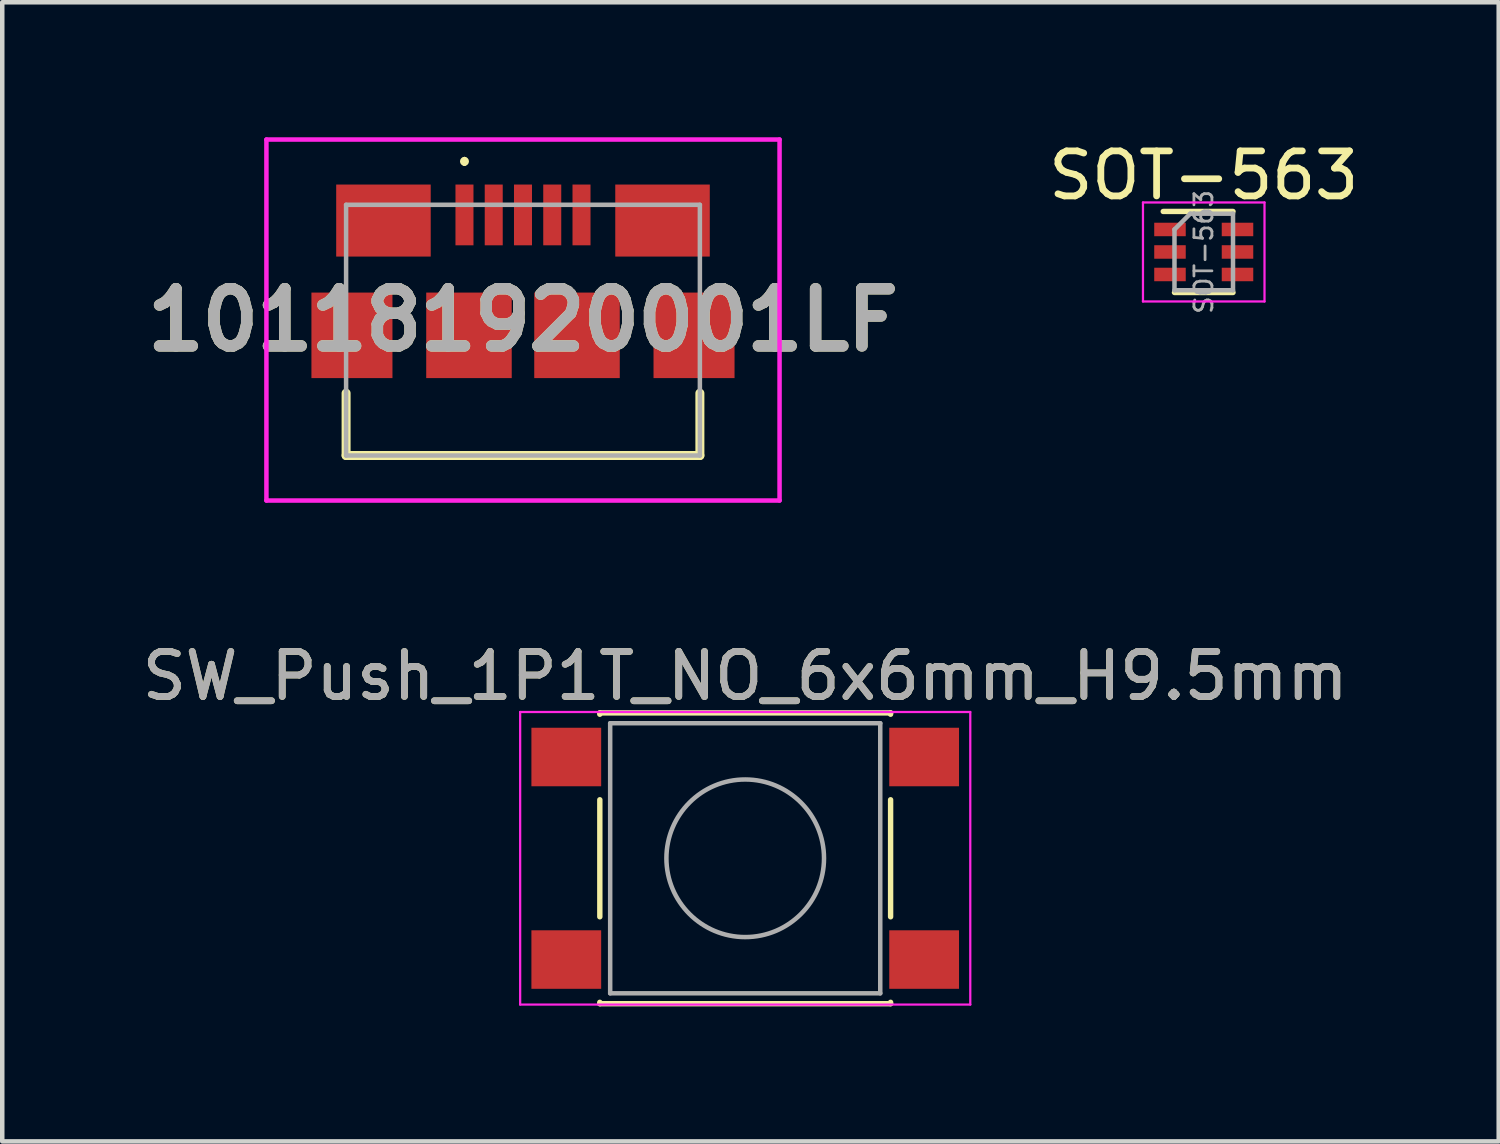
<source format=kicad_pcb>
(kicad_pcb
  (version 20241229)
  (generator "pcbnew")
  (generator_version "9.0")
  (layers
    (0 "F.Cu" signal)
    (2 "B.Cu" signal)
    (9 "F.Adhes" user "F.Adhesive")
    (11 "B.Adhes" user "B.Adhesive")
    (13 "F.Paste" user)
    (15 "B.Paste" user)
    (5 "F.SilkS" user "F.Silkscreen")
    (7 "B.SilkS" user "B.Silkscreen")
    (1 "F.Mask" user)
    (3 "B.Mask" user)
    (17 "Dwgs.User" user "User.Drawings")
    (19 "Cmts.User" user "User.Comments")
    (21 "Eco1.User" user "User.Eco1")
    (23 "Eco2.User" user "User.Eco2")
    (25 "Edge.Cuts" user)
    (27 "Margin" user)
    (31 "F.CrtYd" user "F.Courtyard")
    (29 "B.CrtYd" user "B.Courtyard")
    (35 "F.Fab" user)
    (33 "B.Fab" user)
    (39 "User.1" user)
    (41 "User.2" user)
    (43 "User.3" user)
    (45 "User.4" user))
  (footprint "SW_Push_1P1T_NO_6x6mm_H9.5mm"
    (layer "F.Cu")
    (at 13.506 16.018)
    (property "Reference" "SW_Push_1P1T_NO_6x6mm_H9.5mm" (at 0 -4.05 0) (layer "F.SilkS") (effects (font (size 1 1) (thickness 0.15))))
    (attr smd)
    (fp_line (start -3.23 -3.23) (end 3.23 -3.23) (stroke (width 0.12) (type solid)) (layer "F.SilkS"))
    (fp_line (start -3.23 -3.2) (end -3.23 -3.23) (stroke (width 0.12) (type solid)) (layer "F.SilkS"))
    (fp_line (start -3.23 -1.3) (end -3.23 1.3) (stroke (width 0.12) (type solid)) (layer "F.SilkS"))
    (fp_line (start -3.23 3.23) (end -3.23 3.2) (stroke (width 0.12) (type solid)) (layer "F.SilkS"))
    (fp_line (start -3.23 3.23) (end 3.23 3.23) (stroke (width 0.12) (type solid)) (layer "F.SilkS"))
    (fp_line (start 3.23 -3.23) (end 3.23 -3.2) (stroke (width 0.12) (type solid)) (layer "F.SilkS"))
    (fp_line (start 3.23 -1.3) (end 3.23 1.3) (stroke (width 0.12) (type solid)) (layer "F.SilkS"))
    (fp_line (start 3.23 3.23) (end 3.23 3.2) (stroke (width 0.12) (type solid)) (layer "F.SilkS"))
    (fp_line (start -5 -3.25) (end -5 3.25) (stroke (width 0.05) (type solid)) (layer "F.CrtYd"))
    (fp_line (start -5 -3.25) (end 5 -3.25) (stroke (width 0.05) (type solid)) (layer "F.CrtYd"))
    (fp_line (start -5 3.25) (end 5 3.25) (stroke (width 0.05) (type solid)) (layer "F.CrtYd"))
    (fp_line (start 5 3.25) (end 5 -3.25) (stroke (width 0.05) (type solid)) (layer "F.CrtYd"))
    (fp_line (start -3 -3) (end -3 3) (stroke (width 0.1) (type solid)) (layer "F.Fab"))
    (fp_line (start -3 3) (end 3 3) (stroke (width 0.1) (type solid)) (layer "F.Fab"))
    (fp_line (start 3 -3) (end -3 -3) (stroke (width 0.1) (type solid)) (layer "F.Fab"))
    (fp_line (start 3 3) (end 3 -3) (stroke (width 0.1) (type solid)) (layer "F.Fab"))
    (fp_circle (center 0 0) (end 1.75 -0.05) (stroke (width 0.1) (type solid)) (fill no) (layer "F.Fab"))
    (fp_text user "${REFERENCE}" (at 0 -4.05 0) (layer "F.Fab") (effects (font (size 1 1) (thickness 0.15))))
    (pad "1" smd rect (at -3.975 -2.25) (size 1.55 1.3) (layers "F.Cu" "F.Mask" "F.Paste"))
    (pad "2" smd rect (at 3.975 -2.25) (size 1.55 1.3) (layers "F.Cu" "F.Mask" "F.Paste"))
    (pad "3" smd rect (at -3.975 2.25) (size 1.55 1.3) (layers "F.Cu" "F.Mask" "F.Paste"))
    (pad "4" smd rect (at 3.975 2.25) (size 1.55 1.3) (layers "F.Cu" "F.Mask" "F.Paste")))
  (footprint "SOT-563"
    (layer "F.Cu")
    (at 23.693 2.548)
    (property "Reference" "SOT-563" (at 0 -1.7 0) (layer "F.SilkS") (effects (font (size 1 1) (thickness 0.15))))
    (attr smd)
    (fp_line (start -0.9 -0.9) (end 0.65 -0.9) (stroke (width 0.12) (type solid)) (layer "F.SilkS"))
    (fp_line (start 0.65 0.9) (end -0.65 0.9) (stroke (width 0.12) (type solid)) (layer "F.SilkS"))
    (fp_line (start -1.35 -1.1) (end -1.35 1.1) (stroke (width 0.05) (type solid)) (layer "F.CrtYd"))
    (fp_line (start -1.35 -1.1) (end 1.35 -1.1) (stroke (width 0.05) (type solid)) (layer "F.CrtYd"))
    (fp_line (start 1.35 1.1) (end -1.35 1.1) (stroke (width 0.05) (type solid)) (layer "F.CrtYd"))
    (fp_line (start 1.35 1.1) (end 1.35 -1.1) (stroke (width 0.05) (type solid)) (layer "F.CrtYd"))
    (fp_line (start -0.65 -0.5) (end -0.65 0.85) (stroke (width 0.1) (type solid)) (layer "F.Fab"))
    (fp_line (start -0.65 -0.5) (end -0.3 -0.85) (stroke (width 0.1) (type solid)) (layer "F.Fab"))
    (fp_line (start -0.65 0.85) (end 0.65 0.85) (stroke (width 0.1) (type solid)) (layer "F.Fab"))
    (fp_line (start 0.65 -0.85) (end -0.3 -0.85) (stroke (width 0.1) (type solid)) (layer "F.Fab"))
    (fp_line (start 0.65 0.85) (end 0.65 -0.85) (stroke (width 0.1) (type solid)) (layer "F.Fab"))
    (fp_text user "${REFERENCE}" (at 0 0 90) (layer "F.Fab") (effects (font (size 0.4 0.4) (thickness 0.062))))
    (pad "1" smd rect (at -0.75 -0.5) (size 0.7 0.3) (layers "F.Cu" "F.Mask" "F.Paste"))
    (pad "2" smd rect (at -0.75 0) (size 0.7 0.3) (layers "F.Cu" "F.Mask" "F.Paste"))
    (pad "3" smd rect (at -0.75 0.5) (size 0.7 0.3) (layers "F.Cu" "F.Mask" "F.Paste"))
    (pad "4" smd rect (at 0.75 0.5) (size 0.7 0.3) (layers "F.Cu" "F.Mask" "F.Paste"))
    (pad "5" smd rect (at 0.75 0) (size 0.7 0.3) (layers "F.Cu" "F.Mask" "F.Paste"))
    (pad "6" smd rect (at 0.75 -0.5) (size 0.7 0.3) (layers "F.Cu" "F.Mask" "F.Paste")))
  (footprint "101181920001LF"
    (layer "F.Cu")
    (at 8.569 4.285)
    (property "Reference" "101181920001LF" (at 0 -0.225 0) (layer "F.SilkS") (effects (font (size 1.27 1.27) (thickness 0.254))))
    (attr smd)
    (fp_line (start -3.93 1.4) (end -3.93 2.785) (stroke (width 0.2) (type solid)) (layer "F.SilkS"))
    (fp_line (start -3.93 2.785) (end 3.93 2.785) (stroke (width 0.2) (type solid)) (layer "F.SilkS"))
    (fp_line (start -1.3 -3.8) (end -1.3 -3.8) (stroke (width 0.1) (type solid)) (layer "F.SilkS"))
    (fp_line (start -1.3 -3.7) (end -1.3 -3.7) (stroke (width 0.1) (type solid)) (layer "F.SilkS"))
    (fp_line (start 3.93 2.785) (end 3.93 1.4) (stroke (width 0.2) (type solid)) (layer "F.SilkS"))
    (fp_arc (start -1.3 -3.8) (mid -1.25 -3.75) (end -1.3 -3.7) (stroke (width 0.1) (type solid)) (layer "F.SilkS"))
    (fp_arc (start -1.3 -3.7) (mid -1.35 -3.75) (end -1.3 -3.8) (stroke (width 0.1) (type solid)) (layer "F.SilkS"))
    (fp_line (start -5.7 -4.235) (end 5.7 -4.235) (stroke (width 0.1) (type solid)) (layer "F.CrtYd"))
    (fp_line (start -5.7 3.785) (end -5.7 -4.235) (stroke (width 0.1) (type solid)) (layer "F.CrtYd"))
    (fp_line (start 5.7 -4.235) (end 5.7 3.785) (stroke (width 0.1) (type solid)) (layer "F.CrtYd"))
    (fp_line (start 5.7 3.785) (end -5.7 3.785) (stroke (width 0.1) (type solid)) (layer "F.CrtYd"))
    (fp_line (start -3.93 -2.785) (end 3.93 -2.785) (stroke (width 0.1) (type solid)) (layer "F.Fab"))
    (fp_line (start -3.93 2.785) (end -3.93 -2.785) (stroke (width 0.1) (type solid)) (layer "F.Fab"))
    (fp_line (start 3.93 -2.785) (end 3.93 2.785) (stroke (width 0.1) (type solid)) (layer "F.Fab"))
    (fp_line (start 3.93 2.785) (end -3.93 2.785) (stroke (width 0.1) (type solid)) (layer "F.Fab"))
    (fp_text user "${REFERENCE}" (at 0 -0.225 0) (layer "F.Fab") (effects (font (size 1.27 1.27) (thickness 0.254))))
    (pad "1" smd rect (at -1.3 -2.56) (size 0.4 1.35) (layers "F.Cu" "F.Mask" "F.Paste"))
    (pad "2" smd rect (at -0.65 -2.56) (size 0.4 1.35) (layers "F.Cu" "F.Mask" "F.Paste"))
    (pad "3" smd rect (at 0 -2.56) (size 0.4 1.35) (layers "F.Cu" "F.Mask" "F.Paste"))
    (pad "4" smd rect (at 0.65 -2.56) (size 0.4 1.35) (layers "F.Cu" "F.Mask" "F.Paste"))
    (pad "5" smd rect (at 1.3 -2.56) (size 0.4 1.35) (layers "F.Cu" "F.Mask" "F.Paste"))
    (pad "6" smd rect (at 3.8 0.115) (size 1.8 1.9) (layers "F.Cu" "F.Mask" "F.Paste"))
    (pad "MP1" smd rect (at -3.1 -2.435 90) (size 1.6 2.1) (layers "F.Cu" "F.Mask" "F.Paste"))
    (pad "MP2" smd rect (at 3.1 -2.435 90) (size 1.6 2.1) (layers "F.Cu" "F.Mask" "F.Paste"))
    (pad "MP3" smd rect (at -3.8 0.115) (size 1.8 1.9) (layers "F.Cu" "F.Mask" "F.Paste"))
    (pad "MP4" smd rect (at -1.2 0.115 90) (size 1.9 1.9) (layers "F.Cu" "F.Mask" "F.Paste"))
    (pad "MP5" smd rect (at 1.2 0.115 90) (size 1.9 1.9) (layers "F.Cu" "F.Mask" "F.Paste")))
  (gr_rect
    (start -3 -3)
    (end 30.246 22.308)
    (stroke (width 0.1) (type default))
    (fill no)
    (layer "Edge.Cuts")))
</source>
